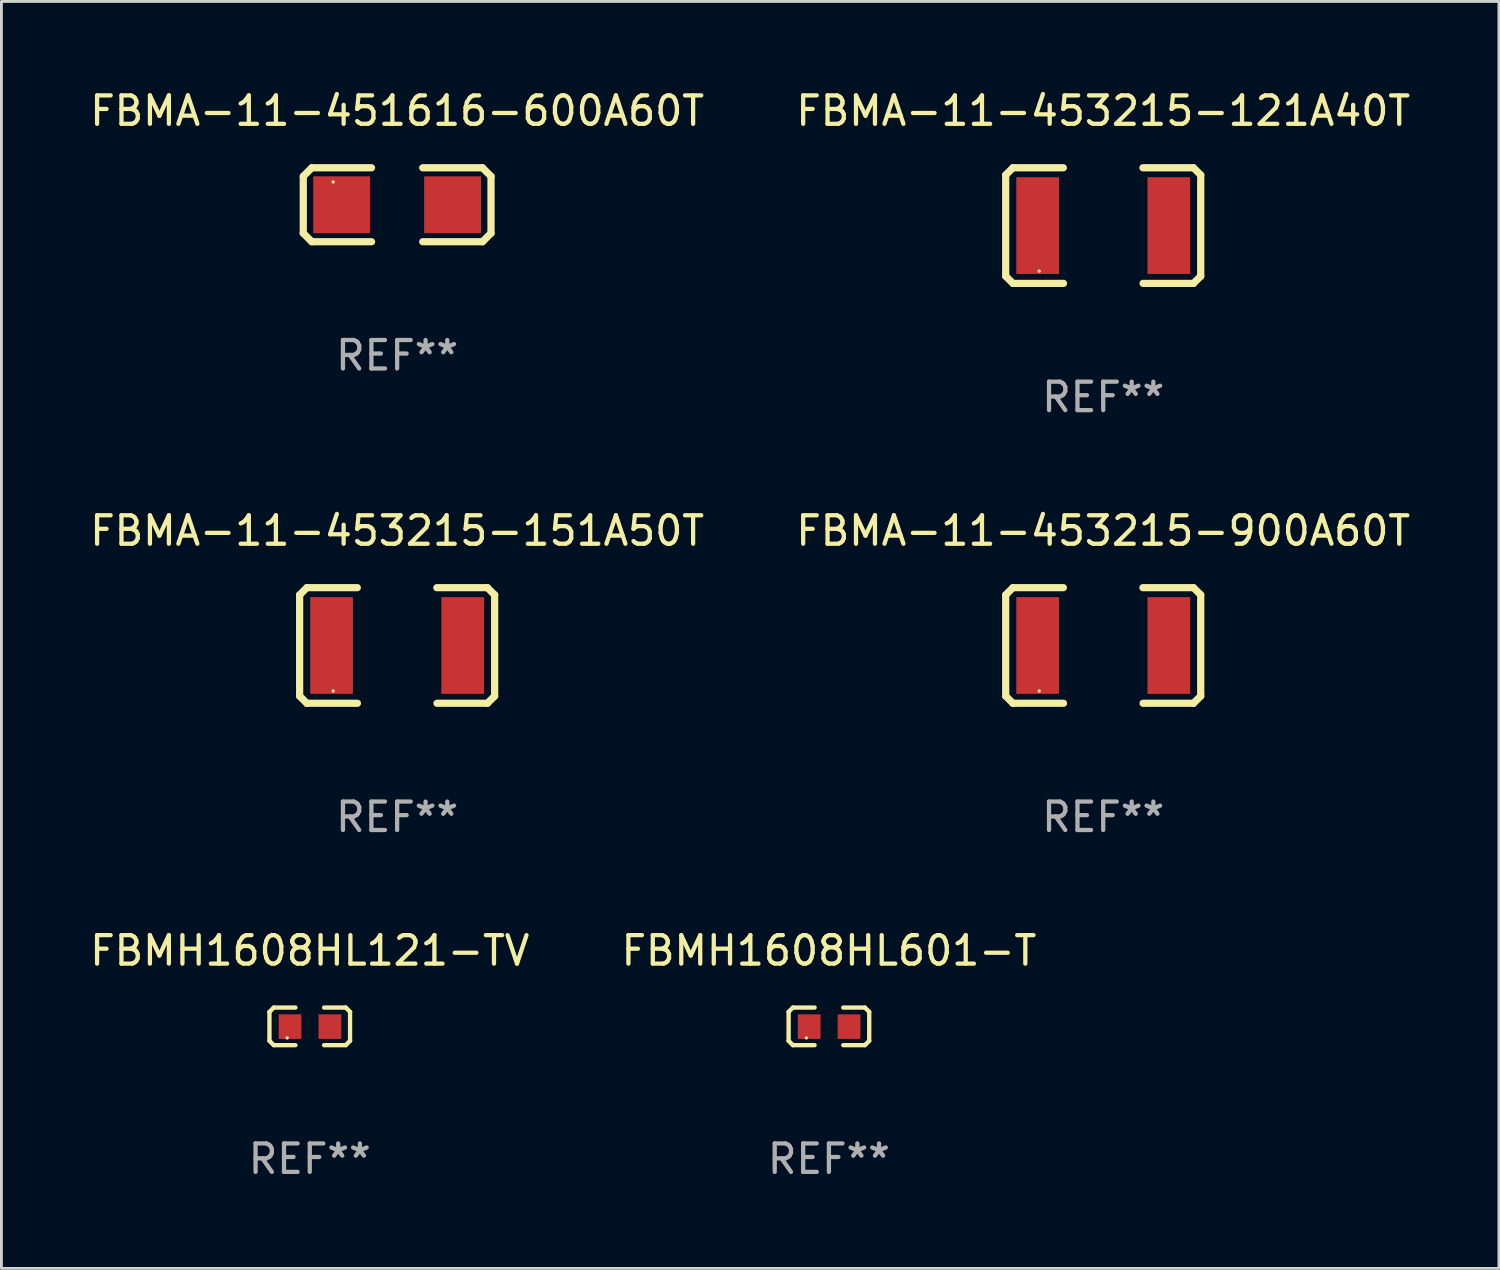
<source format=kicad_pcb>
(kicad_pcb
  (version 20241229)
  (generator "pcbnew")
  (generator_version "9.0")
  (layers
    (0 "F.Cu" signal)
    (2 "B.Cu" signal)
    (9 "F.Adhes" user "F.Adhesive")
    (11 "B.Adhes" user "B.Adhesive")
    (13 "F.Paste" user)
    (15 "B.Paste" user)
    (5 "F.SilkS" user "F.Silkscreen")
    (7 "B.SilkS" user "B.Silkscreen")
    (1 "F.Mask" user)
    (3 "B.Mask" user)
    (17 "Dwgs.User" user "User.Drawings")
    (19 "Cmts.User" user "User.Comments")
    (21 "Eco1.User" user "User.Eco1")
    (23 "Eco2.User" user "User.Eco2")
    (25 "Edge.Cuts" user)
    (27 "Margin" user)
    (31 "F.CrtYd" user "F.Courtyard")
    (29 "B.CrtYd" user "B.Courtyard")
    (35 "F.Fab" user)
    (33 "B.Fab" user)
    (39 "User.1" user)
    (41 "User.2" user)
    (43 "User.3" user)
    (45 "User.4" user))
  (footprint "FBMA-11-453215-900A60T"
    (layer "F.Cu")
    (at 35.732 19.641)
    (property "Reference" "FBMA-11-453215-900A60T" (at 0 -4.032 0) (layer "F.SilkS") (effects (font (size 1 1) (thickness 0.15))))
    (attr through_hole)
    (fp_line (start -3.428 -1.778) (end -3.174 -2.032) (stroke (width 0.254) (type solid)) (layer "F.SilkS"))
    (fp_line (start -3.428 1.778) (end -3.428 -1.778) (stroke (width 0.254) (type solid)) (layer "F.SilkS"))
    (fp_line (start -3.174 -2.032) (end -1.401 -2.032) (stroke (width 0.254) (type solid)) (layer "F.SilkS"))
    (fp_line (start -3.174 2.032) (end -3.428 1.778) (stroke (width 0.254) (type solid)) (layer "F.SilkS"))
    (fp_line (start -1.396 2.032) (end -3.174 2.032) (stroke (width 0.254) (type solid)) (layer "F.SilkS"))
    (fp_line (start 1.396 -2.032) (end 3.174 -2.032) (stroke (width 0.254) (type solid)) (layer "F.SilkS"))
    (fp_line (start 3.174 -2.032) (end 3.428 -1.778) (stroke (width 0.254) (type solid)) (layer "F.SilkS"))
    (fp_line (start 3.174 2.032) (end 1.401 2.032) (stroke (width 0.254) (type solid)) (layer "F.SilkS"))
    (fp_line (start 3.428 -1.778) (end 3.428 1.778) (stroke (width 0.254) (type solid)) (layer "F.SilkS"))
    (fp_line (start 3.428 1.778) (end 3.174 2.032) (stroke (width 0.254) (type solid)) (layer "F.SilkS"))
    (fp_circle (center -2.25 1.6) (end -2.22 1.6) (stroke (width 0.06) (type solid)) (fill no) (layer "F.SilkS"))
    (fp_text user "REF**" (at 0 6.032 0) (layer "F.Fab") (effects (font (size 1 1) (thickness 0.15))))
    (pad "1" smd rect (at -2.305 0) (size 1.5 3.4) (layers "F.Cu" "F.Mask" "F.Paste"))
    (pad "2" smd rect (at 2.305 0) (size 1.5 3.4) (layers "F.Cu" "F.Mask" "F.Paste")))
  (footprint "FBMH1608HL121-TV"
    (layer "F.Cu")
    (at 7.839 33.03)
    (property "Reference" "FBMH1608HL121-TV" (at 0 -2.661 0) (layer "F.SilkS") (effects (font (size 1 1) (thickness 0.15))))
    (attr through_hole)
    (fp_line (start -1.417 -0.508) (end -1.265 -0.661) (stroke (width 0.152) (type solid)) (layer "F.SilkS"))
    (fp_line (start -1.417 0.508) (end -1.417 -0.508) (stroke (width 0.152) (type solid)) (layer "F.SilkS"))
    (fp_line (start -1.265 -0.661) (end -0.503 -0.661) (stroke (width 0.152) (type solid)) (layer "F.SilkS"))
    (fp_line (start -1.265 0.661) (end -1.417 0.508) (stroke (width 0.152) (type solid)) (layer "F.SilkS"))
    (fp_line (start -1.265 0.661) (end -0.503 0.661) (stroke (width 0.152) (type solid)) (layer "F.SilkS"))
    (fp_line (start 1.265 -0.661) (end 0.503 -0.661) (stroke (width 0.152) (type solid)) (layer "F.SilkS"))
    (fp_line (start 1.265 -0.661) (end 1.417 -0.508) (stroke (width 0.152) (type solid)) (layer "F.SilkS"))
    (fp_line (start 1.265 0.661) (end 0.503 0.661) (stroke (width 0.152) (type solid)) (layer "F.SilkS"))
    (fp_line (start 1.417 -0.508) (end 1.417 0.508) (stroke (width 0.152) (type solid)) (layer "F.SilkS"))
    (fp_line (start 1.417 0.508) (end 1.265 0.661) (stroke (width 0.152) (type solid)) (layer "F.SilkS"))
    (fp_circle (center -0.793 0.409) (end -0.763 0.409) (stroke (width 0.06) (type solid)) (fill no) (layer "F.SilkS"))
    (fp_text user "REF**" (at 0 4.661 0) (layer "F.Fab") (effects (font (size 1 1) (thickness 0.15))))
    (pad "1" smd rect (at -0.693 0.009 180) (size 0.8 0.864) (layers "F.Cu" "F.Mask" "F.Paste"))
    (pad "2" smd rect (at 0.707 0.009 180) (size 0.8 0.864) (layers "F.Cu" "F.Mask" "F.Paste")))
  (footprint "FBMA-11-453215-121A40T"
    (layer "F.Cu")
    (at 35.732 4.88)
    (property "Reference" "FBMA-11-453215-121A40T" (at 0 -4.032 0) (layer "F.SilkS") (effects (font (size 1 1) (thickness 0.15))))
    (attr through_hole)
    (fp_line (start -3.428 -1.778) (end -3.174 -2.032) (stroke (width 0.254) (type solid)) (layer "F.SilkS"))
    (fp_line (start -3.428 1.778) (end -3.428 -1.778) (stroke (width 0.254) (type solid)) (layer "F.SilkS"))
    (fp_line (start -3.174 -2.032) (end -1.401 -2.032) (stroke (width 0.254) (type solid)) (layer "F.SilkS"))
    (fp_line (start -3.174 2.032) (end -3.428 1.778) (stroke (width 0.254) (type solid)) (layer "F.SilkS"))
    (fp_line (start -1.396 2.032) (end -3.174 2.032) (stroke (width 0.254) (type solid)) (layer "F.SilkS"))
    (fp_line (start 1.396 -2.032) (end 3.174 -2.032) (stroke (width 0.254) (type solid)) (layer "F.SilkS"))
    (fp_line (start 3.174 -2.032) (end 3.428 -1.778) (stroke (width 0.254) (type solid)) (layer "F.SilkS"))
    (fp_line (start 3.174 2.032) (end 1.401 2.032) (stroke (width 0.254) (type solid)) (layer "F.SilkS"))
    (fp_line (start 3.428 -1.778) (end 3.428 1.778) (stroke (width 0.254) (type solid)) (layer "F.SilkS"))
    (fp_line (start 3.428 1.778) (end 3.174 2.032) (stroke (width 0.254) (type solid)) (layer "F.SilkS"))
    (fp_circle (center -2.25 1.6) (end -2.22 1.6) (stroke (width 0.06) (type solid)) (fill no) (layer "F.SilkS"))
    (fp_text user "REF**" (at 0 6.032 0) (layer "F.Fab") (effects (font (size 1 1) (thickness 0.15))))
    (pad "1" smd rect (at -2.305 0) (size 1.5 3.4) (layers "F.Cu" "F.Mask" "F.Paste"))
    (pad "2" smd rect (at 2.305 0) (size 1.5 3.4) (layers "F.Cu" "F.Mask" "F.Paste")))
  (footprint "FBMA-11-451616-600A60T"
    (layer "F.Cu")
    (at 10.911 4.148)
    (property "Reference" "FBMA-11-451616-600A60T" (at 0 -3.3 0) (layer "F.SilkS") (effects (font (size 1 1) (thickness 0.15))))
    (attr through_hole)
    (fp_line (start -3.3 -1) (end -3.3 1) (stroke (width 0.254) (type solid)) (layer "F.SilkS"))
    (fp_line (start -3.3 -1) (end -3 -1.3) (stroke (width 0.254) (type solid)) (layer "F.SilkS"))
    (fp_line (start -3 -1.3) (end -0.9 -1.3) (stroke (width 0.254) (type solid)) (layer "F.SilkS"))
    (fp_line (start -3 1.3) (end -3.3 1) (stroke (width 0.254) (type solid)) (layer "F.SilkS"))
    (fp_line (start -3 1.3) (end -0.9 1.3) (stroke (width 0.254) (type solid)) (layer "F.SilkS"))
    (fp_line (start 0.9 -1.3) (end 3 -1.3) (stroke (width 0.254) (type solid)) (layer "F.SilkS"))
    (fp_line (start 0.9 1.3) (end 3 1.3) (stroke (width 0.254) (type solid)) (layer "F.SilkS"))
    (fp_line (start 3 -1.3) (end 3.3 -1) (stroke (width 0.254) (type solid)) (layer "F.SilkS"))
    (fp_line (start 3 1.3) (end 3.3 1) (stroke (width 0.254) (type solid)) (layer "F.SilkS"))
    (fp_line (start 3.3 -1) (end 3.3 1) (stroke (width 0.254) (type solid)) (layer "F.SilkS"))
    (fp_circle (center -2.25 -0.8) (end -2.22 -0.8) (stroke (width 0.06) (type solid)) (fill no) (layer "F.SilkS"))
    (fp_text user "REF**" (at 0 5.3 0) (layer "F.Fab") (effects (font (size 1 1) (thickness 0.15))))
    (pad "1" smd rect (at -1.95 0) (size 2 2) (layers "F.Cu" "F.Mask" "F.Paste"))
    (pad "2" smd rect (at 1.95 0) (size 2 2) (layers "F.Cu" "F.Mask" "F.Paste")))
  (footprint "FBMA-11-453215-151A50T"
    (layer "F.Cu")
    (at 10.911 19.641)
    (property "Reference" "FBMA-11-453215-151A50T" (at 0 -4.032 0) (layer "F.SilkS") (effects (font (size 1 1) (thickness 0.15))))
    (attr through_hole)
    (fp_line (start -3.428 -1.778) (end -3.174 -2.032) (stroke (width 0.254) (type solid)) (layer "F.SilkS"))
    (fp_line (start -3.428 1.778) (end -3.428 -1.778) (stroke (width 0.254) (type solid)) (layer "F.SilkS"))
    (fp_line (start -3.174 -2.032) (end -1.401 -2.032) (stroke (width 0.254) (type solid)) (layer "F.SilkS"))
    (fp_line (start -3.174 2.032) (end -3.428 1.778) (stroke (width 0.254) (type solid)) (layer "F.SilkS"))
    (fp_line (start -1.396 2.032) (end -3.174 2.032) (stroke (width 0.254) (type solid)) (layer "F.SilkS"))
    (fp_line (start 1.396 -2.032) (end 3.174 -2.032) (stroke (width 0.254) (type solid)) (layer "F.SilkS"))
    (fp_line (start 3.174 -2.032) (end 3.428 -1.778) (stroke (width 0.254) (type solid)) (layer "F.SilkS"))
    (fp_line (start 3.174 2.032) (end 1.401 2.032) (stroke (width 0.254) (type solid)) (layer "F.SilkS"))
    (fp_line (start 3.428 -1.778) (end 3.428 1.778) (stroke (width 0.254) (type solid)) (layer "F.SilkS"))
    (fp_line (start 3.428 1.778) (end 3.174 2.032) (stroke (width 0.254) (type solid)) (layer "F.SilkS"))
    (fp_circle (center -2.25 1.6) (end -2.22 1.6) (stroke (width 0.06) (type solid)) (fill no) (layer "F.SilkS"))
    (fp_text user "REF**" (at 0 6.032 0) (layer "F.Fab") (effects (font (size 1 1) (thickness 0.15))))
    (pad "1" smd rect (at -2.305 0) (size 1.5 3.4) (layers "F.Cu" "F.Mask" "F.Paste"))
    (pad "2" smd rect (at 2.305 0) (size 1.5 3.4) (layers "F.Cu" "F.Mask" "F.Paste")))
  (footprint "FBMH1608HL601-T"
    (layer "F.Cu")
    (at 26.089 33.03)
    (property "Reference" "FBMH1608HL601-T" (at 0 -2.661 0) (layer "F.SilkS") (effects (font (size 1 1) (thickness 0.15))))
    (attr through_hole)
    (fp_line (start -1.417 -0.508) (end -1.265 -0.661) (stroke (width 0.152) (type solid)) (layer "F.SilkS"))
    (fp_line (start -1.417 0.508) (end -1.417 -0.508) (stroke (width 0.152) (type solid)) (layer "F.SilkS"))
    (fp_line (start -1.265 -0.661) (end -0.503 -0.661) (stroke (width 0.152) (type solid)) (layer "F.SilkS"))
    (fp_line (start -1.265 0.661) (end -1.417 0.508) (stroke (width 0.152) (type solid)) (layer "F.SilkS"))
    (fp_line (start -1.265 0.661) (end -0.503 0.661) (stroke (width 0.152) (type solid)) (layer "F.SilkS"))
    (fp_line (start 1.265 -0.661) (end 0.503 -0.661) (stroke (width 0.152) (type solid)) (layer "F.SilkS"))
    (fp_line (start 1.265 -0.661) (end 1.417 -0.508) (stroke (width 0.152) (type solid)) (layer "F.SilkS"))
    (fp_line (start 1.265 0.661) (end 0.503 0.661) (stroke (width 0.152) (type solid)) (layer "F.SilkS"))
    (fp_line (start 1.417 -0.508) (end 1.417 0.508) (stroke (width 0.152) (type solid)) (layer "F.SilkS"))
    (fp_line (start 1.417 0.508) (end 1.265 0.661) (stroke (width 0.152) (type solid)) (layer "F.SilkS"))
    (fp_circle (center -0.793 0.409) (end -0.763 0.409) (stroke (width 0.06) (type solid)) (fill no) (layer "F.SilkS"))
    (fp_text user "REF**" (at 0 4.661 0) (layer "F.Fab") (effects (font (size 1 1) (thickness 0.15))))
    (pad "1" smd rect (at -0.693 0.009 180) (size 0.8 0.864) (layers "F.Cu" "F.Mask" "F.Paste"))
    (pad "2" smd rect (at 0.707 0.009 180) (size 0.8 0.864) (layers "F.Cu" "F.Mask" "F.Paste")))
  (gr_rect
    (start -3 -3)
    (end 49.643 41.539)
    (stroke (width 0.1) (type default))
    (fill no)
    (layer "Edge.Cuts")))
</source>
